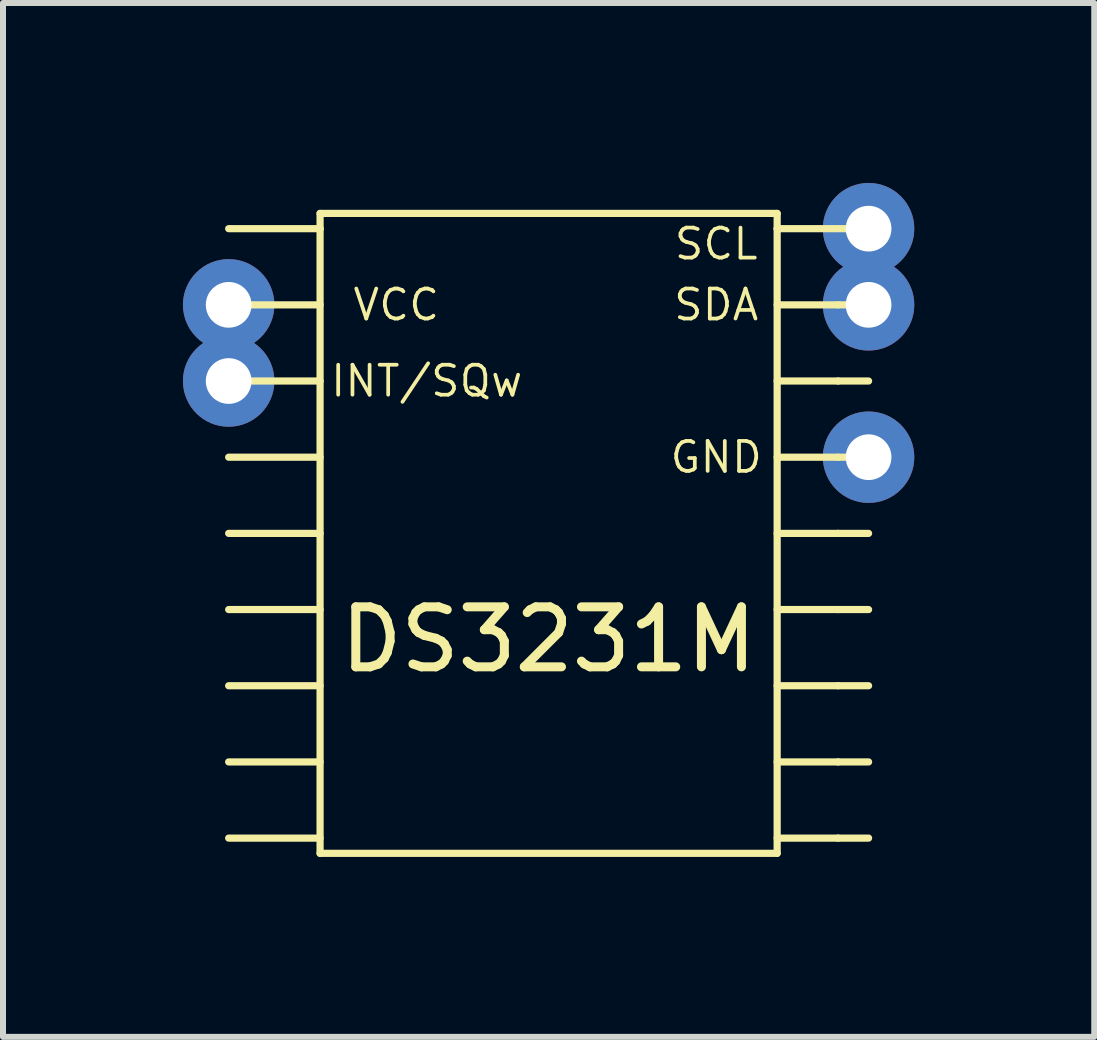
<source format=kicad_pcb>
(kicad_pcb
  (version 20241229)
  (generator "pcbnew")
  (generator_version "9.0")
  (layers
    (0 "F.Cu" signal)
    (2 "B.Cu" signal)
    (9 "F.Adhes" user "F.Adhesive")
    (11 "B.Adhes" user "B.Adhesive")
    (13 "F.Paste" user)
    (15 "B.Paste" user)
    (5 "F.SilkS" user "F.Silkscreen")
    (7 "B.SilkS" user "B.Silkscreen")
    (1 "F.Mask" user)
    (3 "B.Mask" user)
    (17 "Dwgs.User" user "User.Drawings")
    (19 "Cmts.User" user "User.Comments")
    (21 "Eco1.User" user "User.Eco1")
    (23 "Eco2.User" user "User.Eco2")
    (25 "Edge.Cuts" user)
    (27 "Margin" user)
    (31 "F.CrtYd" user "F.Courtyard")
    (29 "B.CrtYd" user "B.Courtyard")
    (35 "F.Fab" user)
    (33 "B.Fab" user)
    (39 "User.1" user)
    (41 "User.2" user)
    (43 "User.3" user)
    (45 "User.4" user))
  (footprint "DS3231M"
    (layer "F.Cu")
    (at 6.096 5.334)
    (property "Reference" "DS3231M" (at 0 2.278 0) (layer "F.SilkS") (effects (font (size 1 1) (thickness 0.15))))
    (attr through_hole)
    (fp_line (start -5.334 -0.762) (end -3.81 -0.762) (stroke (width 0.12) (type solid)) (layer "F.SilkS"))
    (fp_line (start -3.81 -4.826) (end -3.81 -4.572) (stroke (width 0.12) (type solid)) (layer "F.SilkS"))
    (fp_line (start -3.81 -4.572) (end -5.334 -4.572) (stroke (width 0.12) (type solid)) (layer "F.SilkS"))
    (fp_line (start -3.81 -4.572) (end -3.81 5.842) (stroke (width 0.12) (type solid)) (layer "F.SilkS"))
    (fp_line (start -3.81 -3.302) (end -5.334 -3.302) (stroke (width 0.12) (type solid)) (layer "F.SilkS"))
    (fp_line (start -3.81 -2.032) (end -5.334 -2.032) (stroke (width 0.12) (type solid)) (layer "F.SilkS"))
    (fp_line (start -3.81 0.508) (end -5.334 0.508) (stroke (width 0.12) (type solid)) (layer "F.SilkS"))
    (fp_line (start -3.81 1.778) (end -5.334 1.778) (stroke (width 0.12) (type solid)) (layer "F.SilkS"))
    (fp_line (start -3.81 3.048) (end -5.334 3.048) (stroke (width 0.12) (type solid)) (layer "F.SilkS"))
    (fp_line (start -3.81 4.318) (end -5.334 4.318) (stroke (width 0.12) (type solid)) (layer "F.SilkS"))
    (fp_line (start -3.81 5.588) (end -5.334 5.588) (stroke (width 0.12) (type solid)) (layer "F.SilkS"))
    (fp_line (start -3.81 5.842) (end 3.81 5.842) (stroke (width 0.12) (type solid)) (layer "F.SilkS"))
    (fp_line (start 3.81 -4.826) (end -3.81 -4.826) (stroke (width 0.12) (type solid)) (layer "F.SilkS"))
    (fp_line (start 3.81 -4.572) (end 3.81 -4.826) (stroke (width 0.12) (type solid)) (layer "F.SilkS"))
    (fp_line (start 3.81 -4.572) (end 5.334 -4.572) (stroke (width 0.12) (type solid)) (layer "F.SilkS"))
    (fp_line (start 3.81 5.842) (end 3.81 -4.572) (stroke (width 0.12) (type solid)) (layer "F.SilkS"))
    (fp_line (start 4.826 -3.302) (end 3.81 -3.302) (stroke (width 0.12) (type solid)) (layer "F.SilkS"))
    (fp_line (start 4.826 -2.032) (end 3.81 -2.032) (stroke (width 0.12) (type solid)) (layer "F.SilkS"))
    (fp_line (start 4.826 -2.032) (end 5.334 -2.032) (stroke (width 0.12) (type solid)) (layer "F.SilkS"))
    (fp_line (start 4.826 -0.762) (end 3.81 -0.762) (stroke (width 0.12) (type solid)) (layer "F.SilkS"))
    (fp_line (start 4.826 0.508) (end 3.81 0.508) (stroke (width 0.12) (type solid)) (layer "F.SilkS"))
    (fp_line (start 4.826 0.508) (end 5.334 0.508) (stroke (width 0.12) (type solid)) (layer "F.SilkS"))
    (fp_line (start 4.826 1.778) (end 3.81 1.778) (stroke (width 0.12) (type solid)) (layer "F.SilkS"))
    (fp_line (start 4.826 3.048) (end 3.81 3.048) (stroke (width 0.12) (type solid)) (layer "F.SilkS"))
    (fp_line (start 4.826 3.048) (end 5.334 3.048) (stroke (width 0.12) (type solid)) (layer "F.SilkS"))
    (fp_line (start 4.826 4.318) (end 3.81 4.318) (stroke (width 0.12) (type solid)) (layer "F.SilkS"))
    (fp_line (start 4.826 5.588) (end 3.81 5.588) (stroke (width 0.12) (type solid)) (layer "F.SilkS"))
    (fp_line (start 4.826 5.588) (end 5.334 5.588) (stroke (width 0.12) (type solid)) (layer "F.SilkS"))
    (fp_line (start 5.334 -3.302) (end 4.826 -3.302) (stroke (width 0.12) (type solid)) (layer "F.SilkS"))
    (fp_line (start 5.334 -0.762) (end 4.826 -0.762) (stroke (width 0.12) (type solid)) (layer "F.SilkS"))
    (fp_line (start 5.334 1.778) (end 4.826 1.778) (stroke (width 0.12) (type solid)) (layer "F.SilkS"))
    (fp_line (start 5.334 4.318) (end 4.826 4.318) (stroke (width 0.12) (type solid)) (layer "F.SilkS"))
    (fp_text user "VCC" (at -2.54 -3.302 0) (layer "F.SilkS") (effects (font (size 0.5 0.5) (thickness 0.062))))
    (fp_text user "INT/SQw" (at -2.032 -2.032 0) (layer "F.SilkS") (effects (font (size 0.5 0.5) (thickness 0.062))))
    (fp_text user "SDA" (at 2.794 -3.302 0) (layer "F.SilkS") (effects (font (size 0.5 0.5) (thickness 0.062))))
    (fp_text user "SCL" (at 2.794 -4.318 0) (layer "F.SilkS") (effects (font (size 0.5 0.5) (thickness 0.062))))
    (fp_text user "GND" (at 2.794 -0.762 0) (layer "F.SilkS") (effects (font (size 0.5 0.5) (thickness 0.062))))
    (pad "1" thru_hole circle (at -5.334 -3.302) (size 1.524 1.524) (drill 0.762) (layers "*.Cu" "*.Mask"))
    (pad "2" thru_hole circle (at -5.334 -2.032) (size 1.524 1.524) (drill 0.762) (layers "*.Cu" "*.Mask"))
    (pad "3" thru_hole circle (at 5.334 -4.572) (size 1.524 1.524) (drill 0.762) (layers "*.Cu" "*.Mask"))
    (pad "4" thru_hole circle (at 5.334 -3.302) (size 1.524 1.524) (drill 0.762) (layers "*.Cu" "*.Mask"))
    (pad "5" thru_hole circle (at 5.334 -0.762) (size 1.524 1.524) (drill 0.762) (layers "*.Cu" "*.Mask")))
  (gr_rect
    (start -3 -3)
    (end 15.192 14.236)
    (stroke (width 0.1) (type default))
    (fill no)
    (layer "Edge.Cuts")))
</source>
